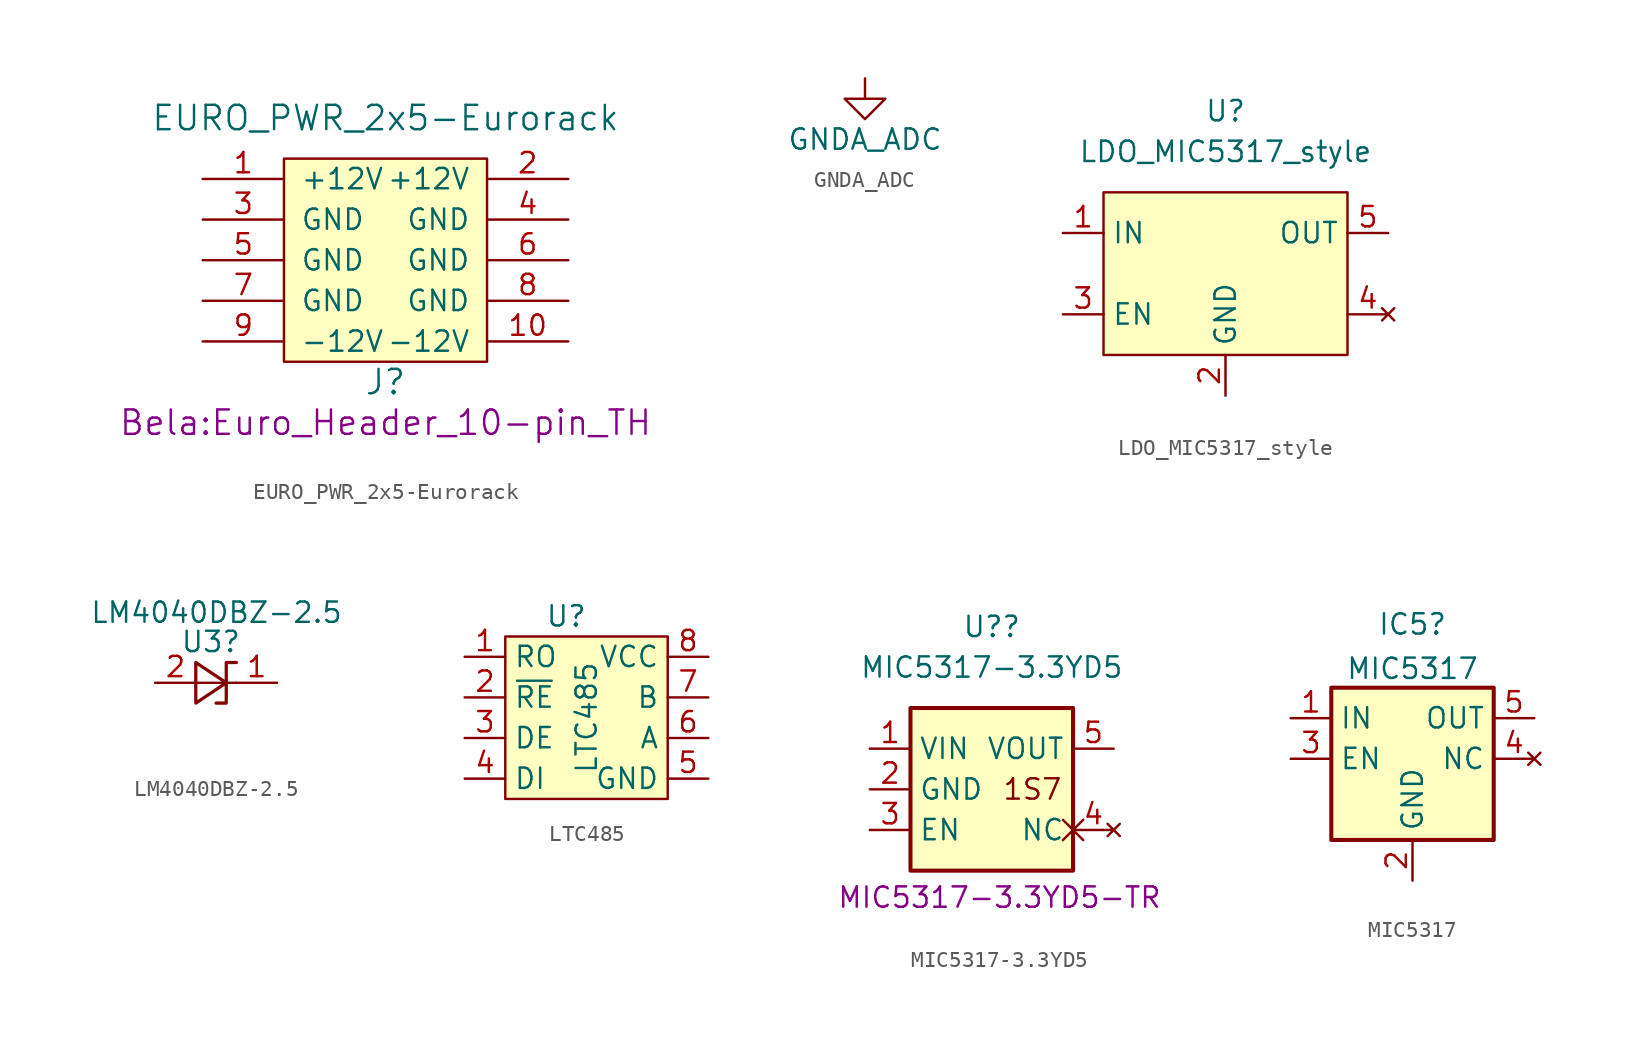
<source format=kicad_sym>
(kicad_symbol_lib
  (version 20241209)
  (generator "kicad_symbol_editor")
  (generator_version "9.0")
  (symbol "EURO_PWR_2x5-Eurorack"
    (pin_names
      (offset 1.016))
    (property "Reference" "J"
      (at 0 -7.62 0)
      (effects (font (size 1.524 1.524))))
    (property "Value" "EURO_PWR_2x5-Eurorack"
      (at 0 8.89 0)
      (effects (font (size 1.524 1.524))))
    (property "Footprint" "Bela:Euro_Header_10-pin_TH"
      (at 0 -10.16 0)
      (effects (font (size 1.524 1.524))))
    (property "Datasheet" ""
      (at 0 0 0)
      (effects (font (size 1.524 1.524))))
    (symbol "EURO_PWR_2x5-Eurorack_0_1"
      (rectangle (start -6.35 6.35) (end 6.35 -6.35) (stroke (width 0) (type default)) (fill (type background))))
    (symbol "EURO_PWR_2x5-Eurorack_1_1"
      (pin power_in line (at -11.43 5.08 0) (length 5.08) (name "+12V" (effects (font (size 1.27 1.27)))) (number "1" (effects (font (size 1.27 1.27)))))
      (pin power_in line (at -11.43 2.54 0) (length 5.08) (name "GND" (effects (font (size 1.27 1.27)))) (number "3" (effects (font (size 1.27 1.27)))))
      (pin power_in line (at -11.43 0 0) (length 5.08) (name "GND" (effects (font (size 1.27 1.27)))) (number "5" (effects (font (size 1.27 1.27)))))
      (pin power_in line (at -11.43 -2.54 0) (length 5.08) (name "GND" (effects (font (size 1.27 1.27)))) (number "7" (effects (font (size 1.27 1.27)))))
      (pin power_in line (at -11.43 -5.08 0) (length 5.08) (name "-12V" (effects (font (size 1.27 1.27)))) (number "9" (effects (font (size 1.27 1.27)))))
      (pin power_in line (at 11.43 5.08 180) (length 5.08) (name "+12V" (effects (font (size 1.27 1.27)))) (number "2" (effects (font (size 1.27 1.27)))))
      (pin power_in line (at 11.43 2.54 180) (length 5.08) (name "GND" (effects (font (size 1.27 1.27)))) (number "4" (effects (font (size 1.27 1.27)))))
      (pin power_in line (at 11.43 0 180) (length 5.08) (name "GND" (effects (font (size 1.27 1.27)))) (number "6" (effects (font (size 1.27 1.27)))))
      (pin power_in line (at 11.43 -2.54 180) (length 5.08) (name "GND" (effects (font (size 1.27 1.27)))) (number "8" (effects (font (size 1.27 1.27)))))
      (pin power_in line (at 11.43 -5.08 180) (length 5.08) (name "-12V" (effects (font (size 1.27 1.27)))) (number "10" (effects (font (size 1.27 1.27)))))))
  (symbol "GNDA_ADC"
    (power)
    (pin_names
      (offset 0))
    (property "Reference" "#PWR"
      (at 0.051 2.997 0)
      (effects (font (size 1.27 1.27)) (hide yes)))
    (property "Value" "GNDA_ADC"
      (at 0 -3.81 0)
      (effects (font (size 1.27 1.27))))
    (property "Footprint" ""
      (at 0 0 0)
      (effects (font (size 1.524 1.524))))
    (property "Datasheet" ""
      (at 0 0 0)
      (effects (font (size 1.524 1.524))))
    (symbol "GNDA_ADC_0_1"
      (polyline (pts (xy 0 0) (xy 0 -1.27) (xy 1.27 -1.27) (xy 0 -2.54) (xy -1.27 -1.27) (xy 0 -1.27)) (stroke (width 0) (type default)) (fill (type none))))
    (symbol "GNDA_ADC_1_1"
      (pin power_in line (at 0 0 0) (length 0) (hide yes) (name "GNDA_ADC" (effects (font (size 1.27 1.27)))) (number "1" (effects (font (size 1.27 1.27)))))))
  (symbol "LDO_MIC5317_style"
    (property "Reference" "U"
      (at 0 10.16 0)
      (effects (font (size 1.27 1.27))))
    (property "Value" "LDO_MIC5317_style"
      (at 0 7.62 0)
      (effects (font (size 1.27 1.27))))
    (symbol "LDO_MIC5317_style_0_1"
      (rectangle (start -7.62 5.08) (end 7.62 -5.08) (stroke (width 0) (type default)) (fill (type background))))
    (symbol "LDO_MIC5317_style_1_1"
      (pin input line (at -10.16 2.54 0) (length 2.54) (name "IN" (effects (font (size 1.27 1.27)))) (number "1" (effects (font (size 1.27 1.27)))))
      (pin input line (at -10.16 -2.54 0) (length 2.54) (name "EN" (effects (font (size 1.27 1.27)))) (number "3" (effects (font (size 1.27 1.27)))))
      (pin passive line (at 0 -7.62 90) (length 2.54) (name "GND" (effects (font (size 1.27 1.27)))) (number "2" (effects (font (size 1.27 1.27)))))
      (pin output line (at 10.16 2.54 180) (length 2.54) (name "OUT" (effects (font (size 1.27 1.27)))) (number "5" (effects (font (size 1.27 1.27)))))
      (pin no_connect line (at 10.16 -2.54 180) (length 2.54) (name "" (effects (font (size 1.27 1.27)))) (number "4" (effects (font (size 1.27 1.27)))))))
  (symbol "LM4040DBZ-2.5"
    (pin_names
      (offset 0.025)
      (hide yes))
    (property "Reference" "U3"
      (at -0.33 2.565 0)
      (effects (font (size 1.27 1.27))))
    (property "Value" "LM4040DBZ-2.5"
      (at 0.025 4.394 0)
      (effects (font (size 1.27 1.27))))
    (symbol "LM4040DBZ-2.5_0_1"
      (polyline (pts (xy -1.27 0) (xy 0 0) (xy 1.27 0)) (stroke (width 0) (type default)) (fill (type none)))
      (polyline (pts (xy -1.27 -1.27) (xy 0.635 0) (xy -1.27 1.27) (xy -1.27 -1.27)) (stroke (width 0.203) (type default)) (fill (type none)))
      (polyline (pts (xy 0 -1.27) (xy 0.635 -1.27) (xy 0.635 1.27) (xy 1.27 1.27)) (stroke (width 0.203) (type default)) (fill (type none))))
    (symbol "LM4040DBZ-2.5_1_1"
      (pin passive line (at -3.81 0 0) (length 2.54) (name "A" (effects (font (size 1.27 1.27)))) (number "2" (effects (font (size 1.27 1.27)))))
      (pin no_connect non_logic (at -0.051 -4.674 90) (length 2.54) (hide yes) (name "NC" (effects (font (size 1.27 1.27)))) (number "3" (effects (font (size 1.27 1.27)))))
      (pin passive line (at 3.81 0 180) (length 2.54) (name "K" (effects (font (size 1.27 1.27)))) (number "1" (effects (font (size 1.27 1.27)))))))
  (symbol "LTC485"
    (property "Reference" "U"
      (at -1.27 6.35 0)
      (effects (font (size 1.27 1.27))))
    (property "Value" "LTC485"
      (at 0 0 90)
      (effects (font (size 1.27 1.27))))
    (symbol "LTC485_0_1"
      (rectangle (start -5.08 5.08) (end 5.08 -5.08) (stroke (width 0) (type default)) (fill (type background))))
    (symbol "LTC485_1_1"
      (pin input line (at -7.62 3.81 0) (length 2.54) (name "RO" (effects (font (size 1.27 1.27)))) (number "1" (effects (font (size 1.27 1.27)))))
      (pin input line (at -7.62 1.27 0) (length 2.54) (name "~{RE}" (effects (font (size 1.27 1.27)))) (number "2" (effects (font (size 1.27 1.27)))))
      (pin input line (at -7.62 -1.27 0) (length 2.54) (name "DE" (effects (font (size 1.27 1.27)))) (number "3" (effects (font (size 1.27 1.27)))))
      (pin input line (at -7.62 -3.81 0) (length 2.54) (name "DI" (effects (font (size 1.27 1.27)))) (number "4" (effects (font (size 1.27 1.27)))))
      (pin power_in line (at 7.62 3.81 180) (length 2.54) (name "VCC" (effects (font (size 1.27 1.27)))) (number "8" (effects (font (size 1.27 1.27)))))
      (pin power_in line (at 7.62 1.27 180) (length 2.54) (name "B" (effects (font (size 1.27 1.27)))) (number "7" (effects (font (size 1.27 1.27)))))
      (pin input line (at 7.62 -1.27 180) (length 2.54) (name "A" (effects (font (size 1.27 1.27)))) (number "6" (effects (font (size 1.27 1.27)))))
      (pin power_in line (at 7.62 -3.81 180) (length 2.54) (name "GND" (effects (font (size 1.27 1.27)))) (number "5" (effects (font (size 1.27 1.27)))))))
  (symbol "MIC5317-3.3YD5"
    (property "Reference" "U?"
      (at 0 10.16 0)
      (effects (font (size 1.27 1.27))))
    (property "Value" "MIC5317-3.3YD5"
      (at 0 7.62 0)
      (effects (font (size 1.27 1.27))))
    (property "manf#" "MIC5317-3.3YD5-TR"
      (at 0.483 -6.756 0)
      (effects (font (size 1.27 1.27))))
    (symbol "MIC5317-3.3YD5_0_0"
      (text "1S7" (at 2.54 0 0) (effects (font (size 1.27 1.27)))))
    (symbol "MIC5317-3.3YD5_0_1"
      (rectangle (start -5.08 -5.08) (end 5.08 5.08) (stroke (width 0.254) (type default)) (fill (type background)))
      (pin power_in line (at -7.62 2.54 0) (length 2.54) (name "VIN" (effects (font (size 1.27 1.27)))) (number "1" (effects (font (size 1.27 1.27)))))
      (pin power_in line (at -7.62 0 0) (length 2.54) (name "GND" (effects (font (size 1.27 1.27)))) (number "2" (effects (font (size 1.27 1.27)))))
      (pin input line (at -7.62 -2.54 0) (length 2.54) (name "EN" (effects (font (size 1.27 1.27)))) (number "3" (effects (font (size 1.27 1.27)))))
      (pin power_out line (at 7.62 2.54 180) (length 2.54) (name "VOUT" (effects (font (size 1.27 1.27)))) (number "5" (effects (font (size 1.27 1.27)))))
      (pin no_connect non_logic (at 7.62 -2.54 180) (length 2.54) (name "NC" (effects (font (size 1.27 1.27)))) (number "4" (effects (font (size 1.27 1.27)))))))
  (symbol "MIC5317"
    (property "Reference" "IC5"
      (at 0 2.062 0)
      (effects (font (size 1.27 1.27))))
    (property "Value" "MIC5317"
      (at 0 -0.714 0)
      (effects (font (size 1.27 1.27))))
    (symbol "MIC5317_0_1"
      (rectangle (start -5.08 -1.905) (end 5.08 -11.43) (stroke (width 0.254) (type default)) (fill (type background))))
    (symbol "MIC5317_1_1"
      (pin power_in line (at -7.62 -3.81 0) (length 2.54) (name "IN" (effects (font (size 1.27 1.27)))) (number "1" (effects (font (size 1.27 1.27)))))
      (pin input line (at -7.62 -6.35 0) (length 2.54) (name "EN" (effects (font (size 1.27 1.27)))) (number "3" (effects (font (size 1.27 1.27)))))
      (pin power_in line (at 0 -13.97 90) (length 2.54) (name "GND" (effects (font (size 1.27 1.27)))) (number "2" (effects (font (size 1.27 1.27)))))
      (pin power_out line (at 7.62 -3.81 180) (length 2.54) (name "OUT" (effects (font (size 1.27 1.27)))) (number "5" (effects (font (size 1.27 1.27)))))
      (pin no_connect line (at 7.62 -6.35 180) (length 2.54) (name "NC" (effects (font (size 1.27 1.27)))) (number "4" (effects (font (size 1.27 1.27))))))))
</source>
